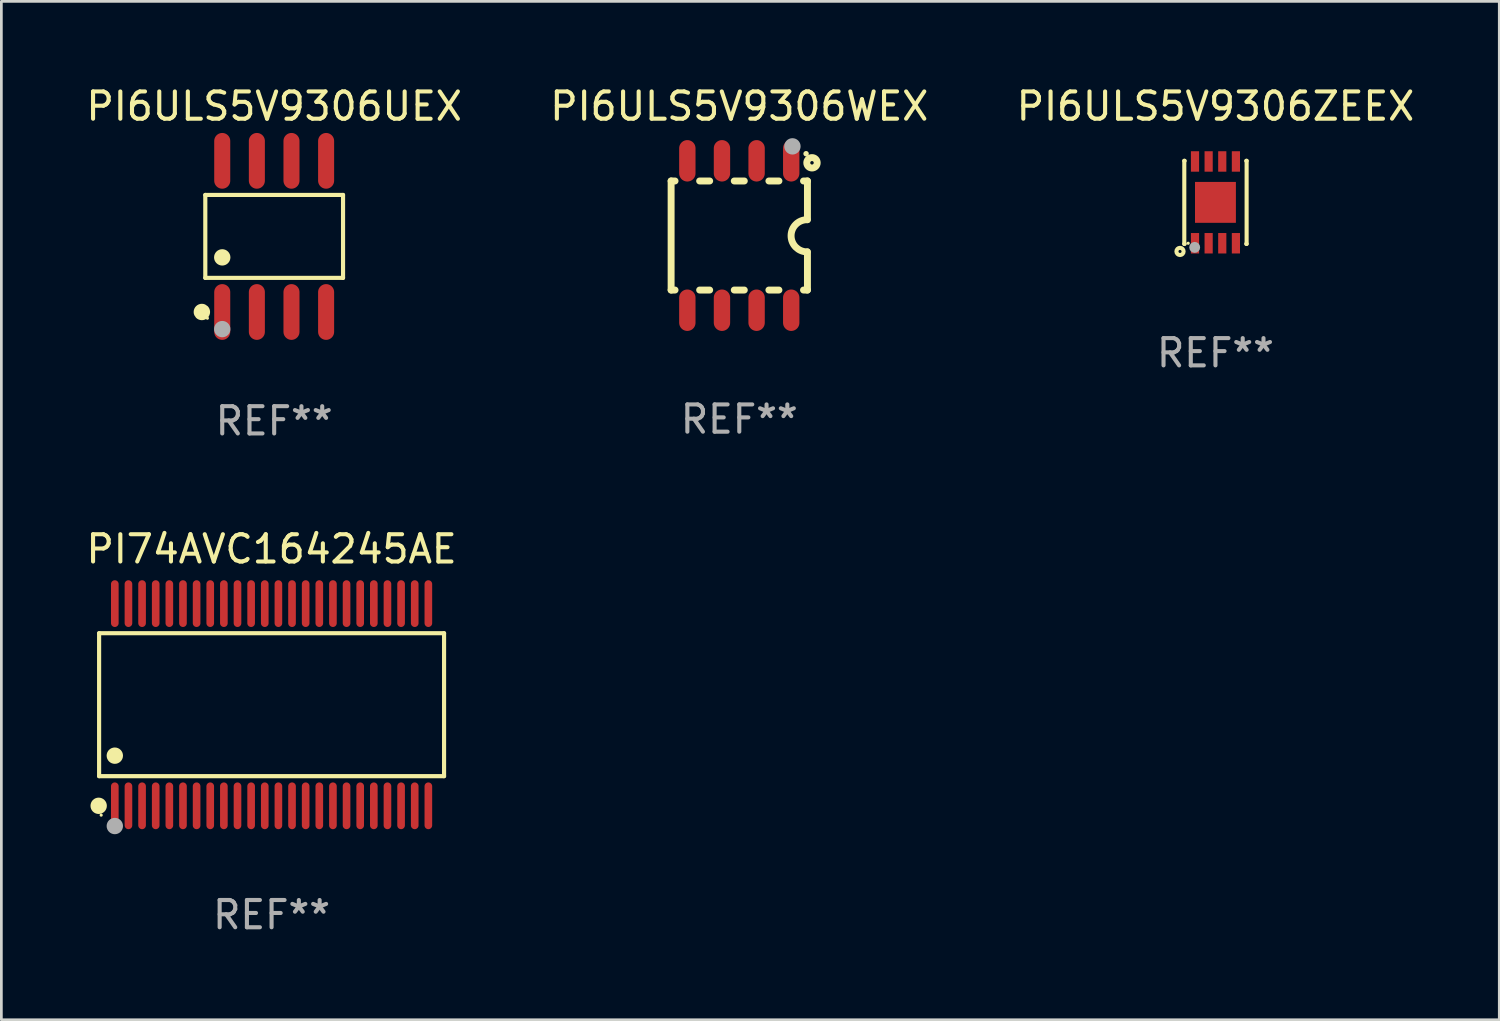
<source format=kicad_pcb>
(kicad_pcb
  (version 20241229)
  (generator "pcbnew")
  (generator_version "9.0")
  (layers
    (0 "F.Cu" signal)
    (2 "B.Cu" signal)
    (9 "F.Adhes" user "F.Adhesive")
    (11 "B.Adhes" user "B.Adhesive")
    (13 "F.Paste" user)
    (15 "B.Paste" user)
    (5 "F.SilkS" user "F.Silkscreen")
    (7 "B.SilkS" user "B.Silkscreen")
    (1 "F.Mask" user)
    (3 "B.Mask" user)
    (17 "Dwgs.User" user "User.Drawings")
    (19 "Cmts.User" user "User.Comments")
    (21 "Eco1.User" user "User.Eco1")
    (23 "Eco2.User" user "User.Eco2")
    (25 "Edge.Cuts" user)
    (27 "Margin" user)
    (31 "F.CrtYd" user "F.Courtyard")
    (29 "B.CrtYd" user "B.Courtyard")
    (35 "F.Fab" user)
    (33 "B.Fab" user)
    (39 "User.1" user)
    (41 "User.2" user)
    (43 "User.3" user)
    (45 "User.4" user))
  (footprint "PI6ULS5V9306WEX"
    (layer "F.Cu")
    (at 24.065 5.588)
    (property "Reference" "PI6ULS5V9306WEX" (at 0 -4.74 0) (layer "F.SilkS") (effects (font (size 1 1) (thickness 0.15))))
    (attr through_hole)
    (fp_line (start -2.5 2) (end -2.5 -2) (stroke (width 0.254) (type solid)) (layer "F.SilkS"))
    (fp_line (start -2.356 -2) (end -2.5 -2) (stroke (width 0.254) (type solid)) (layer "F.SilkS"))
    (fp_line (start -2.356 2) (end -2.5 2) (stroke (width 0.254) (type solid)) (layer "F.SilkS"))
    (fp_line (start -1.086 -2) (end -1.454 -2) (stroke (width 0.254) (type solid)) (layer "F.SilkS"))
    (fp_line (start -1.086 2) (end -1.454 2) (stroke (width 0.254) (type solid)) (layer "F.SilkS"))
    (fp_line (start 0.184 -2) (end -0.184 -2) (stroke (width 0.254) (type solid)) (layer "F.SilkS"))
    (fp_line (start 0.184 2) (end -0.184 2) (stroke (width 0.254) (type solid)) (layer "F.SilkS"))
    (fp_line (start 1.454 -2) (end 1.086 -2) (stroke (width 0.254) (type solid)) (layer "F.SilkS"))
    (fp_line (start 1.454 2) (end 1.086 2) (stroke (width 0.254) (type solid)) (layer "F.SilkS"))
    (fp_line (start 2.5 -2) (end 2.356 -2) (stroke (width 0.254) (type solid)) (layer "F.SilkS"))
    (fp_line (start 2.5 -0.58) (end 2.5 -2) (stroke (width 0.254) (type solid)) (layer "F.SilkS"))
    (fp_line (start 2.5 2) (end 2.356 2) (stroke (width 0.254) (type solid)) (layer "F.SilkS"))
    (fp_line (start 2.5 2) (end 2.5 0.6) (stroke (width 0.254) (type solid)) (layer "F.SilkS"))
    (fp_arc (start 2.489992 0.600051) (mid 1.901674 0.010046) (end 2.489992 -0.579959) (stroke (width 0.254001) (type solid)) (layer "F.SilkS"))
    (fp_circle (center 2.45 -3) (end 2.5 -3) (stroke (width 0.1) (type solid)) (fill no) (layer "F.SilkS"))
    (fp_circle (center 2.667 -2.667) (end 2.858 -2.667) (stroke (width 0.254) (type solid)) (fill no) (layer "F.SilkS"))
    (fp_circle (center 1.95 -3.27) (end 2.1 -3.27) (stroke (width 0.3) (type solid)) (fill no) (layer "F.Fab"))
    (fp_text user "REF**" (at 0 6.74 0) (layer "F.Fab") (effects (font (size 1 1) (thickness 0.15))))
    (pad "1" smd oval (at 1.905 -2.74) (size 0.6 1.52) (layers "F.Cu" "F.Mask" "F.Paste"))
    (pad "2" smd oval (at 0.635 -2.74) (size 0.6 1.52) (layers "F.Cu" "F.Mask" "F.Paste"))
    (pad "3" smd oval (at -0.635 -2.74) (size 0.6 1.52) (layers "F.Cu" "F.Mask" "F.Paste"))
    (pad "4" smd oval (at -1.905 -2.74) (size 0.6 1.52) (layers "F.Cu" "F.Mask" "F.Paste"))
    (pad "5" smd oval (at -1.905 2.74) (size 0.6 1.52) (layers "F.Cu" "F.Mask" "F.Paste"))
    (pad "6" smd oval (at -0.635 2.74) (size 0.6 1.52) (layers "F.Cu" "F.Mask" "F.Paste"))
    (pad "7" smd oval (at 0.635 2.74) (size 0.6 1.52) (layers "F.Cu" "F.Mask" "F.Paste"))
    (pad "8" smd oval (at 1.905 2.74) (size 0.6 1.52) (layers "F.Cu" "F.Mask" "F.Paste")))
  (footprint "PI6ULS5V9306ZEEX"
    (layer "F.Cu")
    (at 41.53 4.372)
    (property "Reference" "PI6ULS5V9306ZEEX" (at 0 -3.524 0) (layer "F.SilkS") (effects (font (size 1 1) (thickness 0.15))))
    (attr through_hole)
    (fp_line (start -1.143 -1.524) (end -1.143 1.524) (stroke (width 0.15) (type solid)) (layer "F.SilkS"))
    (fp_line (start -1.143 1.524) (end -1.129 1.524) (stroke (width 0.15) (type solid)) (layer "F.SilkS"))
    (fp_line (start -1.129 -1.524) (end -1.143 -1.524) (stroke (width 0.15) (type solid)) (layer "F.SilkS"))
    (fp_line (start 1.129 1.524) (end 1.143 1.524) (stroke (width 0.15) (type solid)) (layer "F.SilkS"))
    (fp_line (start 1.143 -1.524) (end 1.129 -1.524) (stroke (width 0.15) (type solid)) (layer "F.SilkS"))
    (fp_line (start 1.143 1.524) (end 1.143 -1.524) (stroke (width 0.15) (type solid)) (layer "F.SilkS"))
    (fp_circle (center -1.3 1.8) (end -1.243 1.8) (stroke (width 0.15) (type solid)) (fill no) (layer "F.SilkS"))
    (fp_circle (center -1 1.5) (end -0.97 1.5) (stroke (width 0.06) (type solid)) (fill no) (layer "F.SilkS"))
    (fp_circle (center -0.762 1.651) (end -0.662 1.651) (stroke (width 0.2) (type solid)) (fill no) (layer "F.Fab"))
    (fp_text user "REF**" (at 0 5.524 0) (layer "F.Fab") (effects (font (size 1 1) (thickness 0.15))))
    (pad "1" smd rect (at -0.75 1.5 90) (size 0.75 0.3) (layers "F.Cu" "F.Mask" "F.Paste"))
    (pad "2" smd rect (at -0.25 1.5 90) (size 0.75 0.3) (layers "F.Cu" "F.Mask" "F.Paste"))
    (pad "3" smd rect (at 0.25 1.5 90) (size 0.75 0.3) (layers "F.Cu" "F.Mask" "F.Paste"))
    (pad "4" smd rect (at 0.75 1.5 90) (size 0.75 0.3) (layers "F.Cu" "F.Mask" "F.Paste"))
    (pad "5" smd rect (at 0.75 -1.5 90) (size 0.75 0.3) (layers "F.Cu" "F.Mask" "F.Paste"))
    (pad "6" smd rect (at 0.25 -1.5 90) (size 0.75 0.3) (layers "F.Cu" "F.Mask" "F.Paste"))
    (pad "7" smd rect (at -0.25 -1.5 90) (size 0.75 0.3) (layers "F.Cu" "F.Mask" "F.Paste"))
    (pad "8" smd rect (at -0.75 -1.5 90) (size 0.75 0.3) (layers "F.Cu" "F.Mask" "F.Paste"))
    (pad "9" smd rect (at -0.000203 0.000457 90) (size 1.5 1.5) (layers "F.Cu" "F.Mask" "F.Paste")))
  (footprint "PI74AVC164245AE"
    (layer "F.Cu")
    (at 6.911 22.797)
    (property "Reference" "PI74AVC164245AE" (at 0 -5.708 0) (layer "F.SilkS") (effects (font (size 1 1) (thickness 0.15))))
    (attr through_hole)
    (fp_line (start -6.326 -2.622) (end 6.326 -2.622) (stroke (width 0.152) (type solid)) (layer "F.SilkS"))
    (fp_line (start -6.326 2.621) (end -6.326 -2.622) (stroke (width 0.152) (type solid)) (layer "F.SilkS"))
    (fp_line (start 6.326 -2.622) (end 6.326 2.621) (stroke (width 0.152) (type solid)) (layer "F.SilkS"))
    (fp_line (start 6.326 2.621) (end -6.326 2.621) (stroke (width 0.152) (type solid)) (layer "F.SilkS"))
    (fp_circle (center -6.342 3.708) (end -6.192 3.708) (stroke (width 0.3) (type solid)) (fill no) (layer "F.SilkS"))
    (fp_circle (center -6.25 4.05) (end -6.22 4.05) (stroke (width 0.06) (type solid)) (fill no) (layer "F.SilkS"))
    (fp_circle (center -5.75 1.869) (end -5.6 1.869) (stroke (width 0.3) (type solid)) (fill no) (layer "F.SilkS"))
    (fp_circle (center -5.75 4.45) (end -5.6 4.45) (stroke (width 0.3) (type solid)) (fill no) (layer "F.Fab"))
    (fp_text user "REF**" (at 0 7.708 0) (layer "F.Fab") (effects (font (size 1 1) (thickness 0.15))))
    (pad "1" smd oval (at -5.75 3.708) (size 0.28 1.715) (layers "F.Cu" "F.Mask" "F.Paste"))
    (pad "2" smd oval (at -5.25 3.708) (size 0.28 1.715) (layers "F.Cu" "F.Mask" "F.Paste"))
    (pad "3" smd oval (at -4.75 3.708) (size 0.28 1.715) (layers "F.Cu" "F.Mask" "F.Paste"))
    (pad "4" smd oval (at -4.25 3.708) (size 0.28 1.715) (layers "F.Cu" "F.Mask" "F.Paste"))
    (pad "5" smd oval (at -3.75 3.708) (size 0.28 1.715) (layers "F.Cu" "F.Mask" "F.Paste"))
    (pad "6" smd oval (at -3.25 3.708) (size 0.28 1.715) (layers "F.Cu" "F.Mask" "F.Paste"))
    (pad "7" smd oval (at -2.75 3.708) (size 0.28 1.715) (layers "F.Cu" "F.Mask" "F.Paste"))
    (pad "8" smd oval (at -2.25 3.708) (size 0.28 1.715) (layers "F.Cu" "F.Mask" "F.Paste"))
    (pad "9" smd oval (at -1.75 3.708) (size 0.28 1.715) (layers "F.Cu" "F.Mask" "F.Paste"))
    (pad "10" smd oval (at -1.25 3.708) (size 0.28 1.715) (layers "F.Cu" "F.Mask" "F.Paste"))
    (pad "11" smd oval (at -0.75 3.708) (size 0.28 1.715) (layers "F.Cu" "F.Mask" "F.Paste"))
    (pad "12" smd oval (at -0.25 3.708) (size 0.28 1.715) (layers "F.Cu" "F.Mask" "F.Paste"))
    (pad "13" smd oval (at 0.25 3.708) (size 0.28 1.715) (layers "F.Cu" "F.Mask" "F.Paste"))
    (pad "14" smd oval (at 0.75 3.708) (size 0.28 1.715) (layers "F.Cu" "F.Mask" "F.Paste"))
    (pad "15" smd oval (at 1.25 3.708) (size 0.28 1.715) (layers "F.Cu" "F.Mask" "F.Paste"))
    (pad "16" smd oval (at 1.75 3.708) (size 0.28 1.715) (layers "F.Cu" "F.Mask" "F.Paste"))
    (pad "17" smd oval (at 2.25 3.708) (size 0.28 1.715) (layers "F.Cu" "F.Mask" "F.Paste"))
    (pad "18" smd oval (at 2.75 3.708) (size 0.28 1.715) (layers "F.Cu" "F.Mask" "F.Paste"))
    (pad "19" smd oval (at 3.25 3.708) (size 0.28 1.715) (layers "F.Cu" "F.Mask" "F.Paste"))
    (pad "20" smd oval (at 3.75 3.708) (size 0.28 1.715) (layers "F.Cu" "F.Mask" "F.Paste"))
    (pad "21" smd oval (at 4.25 3.708) (size 0.28 1.715) (layers "F.Cu" "F.Mask" "F.Paste"))
    (pad "22" smd oval (at 4.75 3.708) (size 0.28 1.715) (layers "F.Cu" "F.Mask" "F.Paste"))
    (pad "23" smd oval (at 5.25 3.708) (size 0.28 1.715) (layers "F.Cu" "F.Mask" "F.Paste"))
    (pad "24" smd oval (at 5.75 3.708) (size 0.28 1.715) (layers "F.Cu" "F.Mask" "F.Paste"))
    (pad "25" smd oval (at 5.75 -3.708) (size 0.28 1.715) (layers "F.Cu" "F.Mask" "F.Paste"))
    (pad "26" smd oval (at 5.25 -3.708) (size 0.28 1.715) (layers "F.Cu" "F.Mask" "F.Paste"))
    (pad "27" smd oval (at 4.75 -3.708) (size 0.28 1.715) (layers "F.Cu" "F.Mask" "F.Paste"))
    (pad "28" smd oval (at 4.25 -3.708) (size 0.28 1.715) (layers "F.Cu" "F.Mask" "F.Paste"))
    (pad "29" smd oval (at 3.75 -3.708) (size 0.28 1.715) (layers "F.Cu" "F.Mask" "F.Paste"))
    (pad "30" smd oval (at 3.25 -3.708) (size 0.28 1.715) (layers "F.Cu" "F.Mask" "F.Paste"))
    (pad "31" smd oval (at 2.75 -3.708) (size 0.28 1.715) (layers "F.Cu" "F.Mask" "F.Paste"))
    (pad "32" smd oval (at 2.25 -3.708) (size 0.28 1.715) (layers "F.Cu" "F.Mask" "F.Paste"))
    (pad "33" smd oval (at 1.75 -3.708) (size 0.28 1.715) (layers "F.Cu" "F.Mask" "F.Paste"))
    (pad "34" smd oval (at 1.25 -3.708) (size 0.28 1.715) (layers "F.Cu" "F.Mask" "F.Paste"))
    (pad "35" smd oval (at 0.75 -3.708) (size 0.28 1.715) (layers "F.Cu" "F.Mask" "F.Paste"))
    (pad "36" smd oval (at 0.25 -3.708) (size 0.28 1.715) (layers "F.Cu" "F.Mask" "F.Paste"))
    (pad "37" smd oval (at -0.25 -3.708) (size 0.28 1.715) (layers "F.Cu" "F.Mask" "F.Paste"))
    (pad "38" smd oval (at -0.75 -3.708) (size 0.28 1.715) (layers "F.Cu" "F.Mask" "F.Paste"))
    (pad "39" smd oval (at -1.25 -3.708) (size 0.28 1.715) (layers "F.Cu" "F.Mask" "F.Paste"))
    (pad "40" smd oval (at -1.75 -3.708) (size 0.28 1.715) (layers "F.Cu" "F.Mask" "F.Paste"))
    (pad "41" smd oval (at -2.25 -3.708) (size 0.28 1.715) (layers "F.Cu" "F.Mask" "F.Paste"))
    (pad "42" smd oval (at -2.75 -3.708) (size 0.28 1.715) (layers "F.Cu" "F.Mask" "F.Paste"))
    (pad "43" smd oval (at -3.25 -3.708) (size 0.28 1.715) (layers "F.Cu" "F.Mask" "F.Paste"))
    (pad "44" smd oval (at -3.75 -3.708) (size 0.28 1.715) (layers "F.Cu" "F.Mask" "F.Paste"))
    (pad "45" smd oval (at -4.25 -3.708) (size 0.28 1.715) (layers "F.Cu" "F.Mask" "F.Paste"))
    (pad "46" smd oval (at -4.75 -3.708) (size 0.28 1.715) (layers "F.Cu" "F.Mask" "F.Paste"))
    (pad "47" smd oval (at -5.25 -3.708) (size 0.28 1.715) (layers "F.Cu" "F.Mask" "F.Paste"))
    (pad "48" smd oval (at -5.75 -3.708) (size 0.28 1.715) (layers "F.Cu" "F.Mask" "F.Paste")))
  (footprint "PI6ULS5V9306UEX"
    (layer "F.Cu")
    (at 7.006 5.621)
    (property "Reference" "PI6ULS5V9306UEX" (at 0 -4.772 0) (layer "F.SilkS") (effects (font (size 1 1) (thickness 0.15))))
    (attr through_hole)
    (fp_line (start -2.526 -1.521) (end 2.526 -1.521) (stroke (width 0.152) (type solid)) (layer "F.SilkS"))
    (fp_line (start -2.526 1.521) (end -2.526 -1.521) (stroke (width 0.152) (type solid)) (layer "F.SilkS"))
    (fp_line (start 2.526 -1.521) (end 2.526 1.521) (stroke (width 0.152) (type solid)) (layer "F.SilkS"))
    (fp_line (start 2.526 1.521) (end -2.526 1.521) (stroke (width 0.152) (type solid)) (layer "F.SilkS"))
    (fp_circle (center -2.652 2.772) (end -2.501 2.772) (stroke (width 0.3) (type solid)) (fill no) (layer "F.SilkS"))
    (fp_circle (center -2.45 3) (end -2.42 3) (stroke (width 0.06) (type solid)) (fill no) (layer "F.SilkS"))
    (fp_circle (center -1.905 0.769) (end -1.755 0.769) (stroke (width 0.3) (type solid)) (fill no) (layer "F.SilkS"))
    (fp_circle (center -1.905 3.4) (end -1.755 3.4) (stroke (width 0.3) (type solid)) (fill no) (layer "F.Fab"))
    (fp_text user "REF**" (at 0 6.772 0) (layer "F.Fab") (effects (font (size 1 1) (thickness 0.15))))
    (pad "1" smd oval (at -1.905 2.772) (size 0.588 2.045) (layers "F.Cu" "F.Mask" "F.Paste"))
    (pad "2" smd oval (at -0.635 2.772) (size 0.588 2.045) (layers "F.Cu" "F.Mask" "F.Paste"))
    (pad "3" smd oval (at 0.635 2.772) (size 0.588 2.045) (layers "F.Cu" "F.Mask" "F.Paste"))
    (pad "4" smd oval (at 1.905 2.772) (size 0.588 2.045) (layers "F.Cu" "F.Mask" "F.Paste"))
    (pad "5" smd oval (at 1.905 -2.772) (size 0.588 2.045) (layers "F.Cu" "F.Mask" "F.Paste"))
    (pad "6" smd oval (at 0.635 -2.772) (size 0.588 2.045) (layers "F.Cu" "F.Mask" "F.Paste"))
    (pad "7" smd oval (at -0.635 -2.772) (size 0.588 2.045) (layers "F.Cu" "F.Mask" "F.Paste"))
    (pad "8" smd oval (at -1.905 -2.772) (size 0.588 2.045) (layers "F.Cu" "F.Mask" "F.Paste")))
  (gr_rect
    (start -3 -3)
    (end 51.94 34.353)
    (stroke (width 0.1) (type default))
    (fill no)
    (layer "Edge.Cuts")))
</source>
